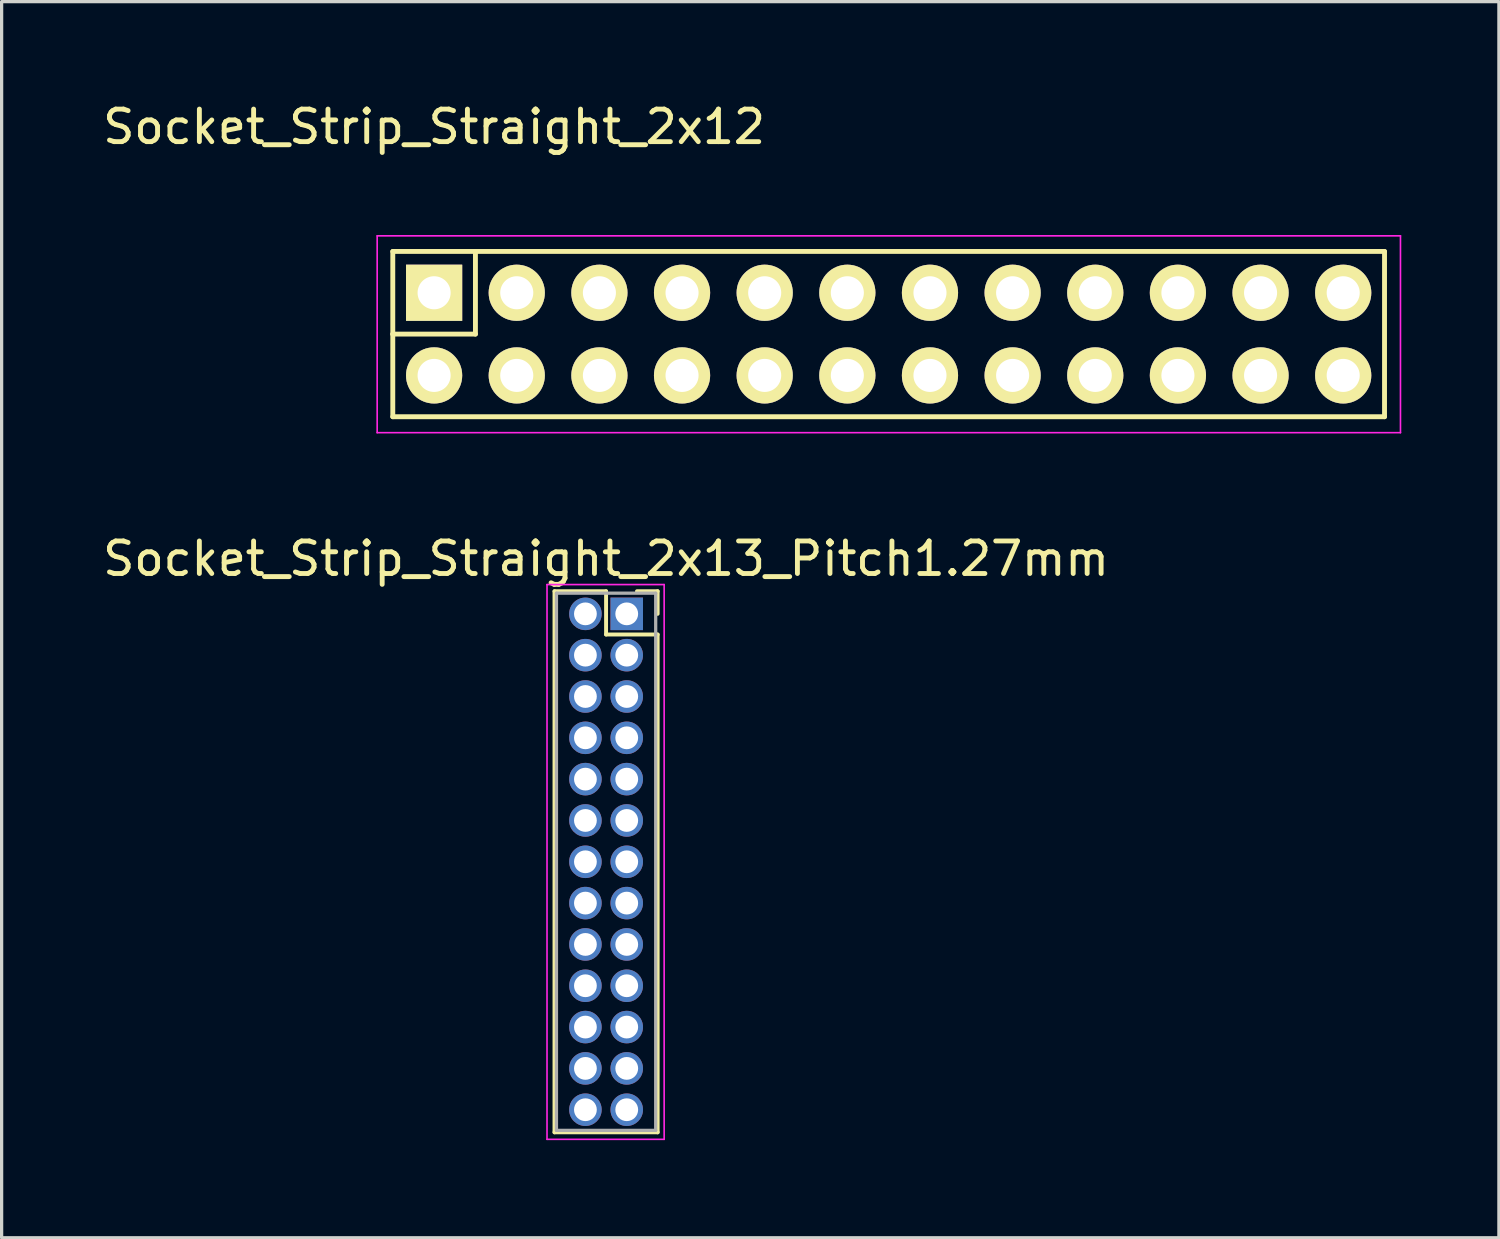
<source format=kicad_pcb>
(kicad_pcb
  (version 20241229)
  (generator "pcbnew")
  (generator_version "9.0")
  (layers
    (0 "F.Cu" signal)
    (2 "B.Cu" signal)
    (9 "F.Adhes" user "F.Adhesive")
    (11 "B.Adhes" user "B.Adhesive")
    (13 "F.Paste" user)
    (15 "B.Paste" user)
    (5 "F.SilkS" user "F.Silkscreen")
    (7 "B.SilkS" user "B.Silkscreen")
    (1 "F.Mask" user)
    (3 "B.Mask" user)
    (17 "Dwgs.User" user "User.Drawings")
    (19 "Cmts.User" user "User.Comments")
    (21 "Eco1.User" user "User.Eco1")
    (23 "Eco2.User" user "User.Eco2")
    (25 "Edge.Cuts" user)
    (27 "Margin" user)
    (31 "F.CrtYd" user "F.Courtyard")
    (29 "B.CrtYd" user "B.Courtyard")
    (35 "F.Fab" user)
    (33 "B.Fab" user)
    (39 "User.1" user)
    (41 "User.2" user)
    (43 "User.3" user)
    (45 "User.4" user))
  (footprint "Socket_Strip_Straight_2x13_Pitch1.27mm"
    (layer "F.Cu")
    (at 16.212 15.816)
    (property "Reference" "Socket_Strip_Straight_2x13_Pitch1.27mm" (at -0.635 -1.695 0) (layer "F.SilkS") (effects (font (size 1 1) (thickness 0.15))))
    (attr through_hole)
    (fp_line (start -2.22 -0.695) (end -0.635 -0.695) (stroke (width 0.12) (type solid)) (layer "F.SilkS"))
    (fp_line (start -2.22 15.935) (end -2.22 -0.695) (stroke (width 0.12) (type solid)) (layer "F.SilkS"))
    (fp_line (start -0.635 -0.695) (end -0.635 0.635) (stroke (width 0.12) (type solid)) (layer "F.SilkS"))
    (fp_line (start -0.635 0.635) (end 0.95 0.635) (stroke (width 0.12) (type solid)) (layer "F.SilkS"))
    (fp_line (start 0.95 -0.695) (end 0.315 -0.695) (stroke (width 0.12) (type solid)) (layer "F.SilkS"))
    (fp_line (start 0.95 0) (end 0.95 -0.695) (stroke (width 0.12) (type solid)) (layer "F.SilkS"))
    (fp_line (start 0.95 0.635) (end 0.95 15.935) (stroke (width 0.12) (type solid)) (layer "F.SilkS"))
    (fp_line (start 0.95 15.935) (end -2.22 15.935) (stroke (width 0.12) (type solid)) (layer "F.SilkS"))
    (fp_line (start -2.45 -0.9) (end -2.45 16.15) (stroke (width 0.05) (type solid)) (layer "F.CrtYd"))
    (fp_line (start -2.45 16.15) (end 1.15 16.15) (stroke (width 0.05) (type solid)) (layer "F.CrtYd"))
    (fp_line (start 1.15 -0.9) (end -2.45 -0.9) (stroke (width 0.05) (type solid)) (layer "F.CrtYd"))
    (fp_line (start 1.15 16.15) (end 1.15 -0.9) (stroke (width 0.05) (type solid)) (layer "F.CrtYd"))
    (fp_line (start -2.16 -0.635) (end -2.16 15.875) (stroke (width 0.1) (type solid)) (layer "F.Fab"))
    (fp_line (start -2.16 15.875) (end 0.89 15.875) (stroke (width 0.1) (type solid)) (layer "F.Fab"))
    (fp_line (start 0.89 -0.635) (end -2.16 -0.635) (stroke (width 0.1) (type solid)) (layer "F.Fab"))
    (fp_line (start 0.89 15.875) (end 0.89 -0.635) (stroke (width 0.1) (type solid)) (layer "F.Fab"))
    (pad "1" thru_hole rect (at 0 0) (size 1 1) (drill 0.7) (layers "*.Cu" "*.Mask"))
    (pad "2" thru_hole oval (at -1.27 0) (size 1 1) (drill 0.7) (layers "*.Cu" "*.Mask"))
    (pad "3" thru_hole oval (at 0 1.27) (size 1 1) (drill 0.7) (layers "*.Cu" "*.Mask"))
    (pad "4" thru_hole oval (at -1.27 1.27) (size 1 1) (drill 0.7) (layers "*.Cu" "*.Mask"))
    (pad "5" thru_hole oval (at 0 2.54) (size 1 1) (drill 0.7) (layers "*.Cu" "*.Mask"))
    (pad "6" thru_hole oval (at -1.27 2.54) (size 1 1) (drill 0.7) (layers "*.Cu" "*.Mask"))
    (pad "7" thru_hole oval (at 0 3.81) (size 1 1) (drill 0.7) (layers "*.Cu" "*.Mask"))
    (pad "8" thru_hole oval (at -1.27 3.81) (size 1 1) (drill 0.7) (layers "*.Cu" "*.Mask"))
    (pad "9" thru_hole oval (at 0 5.08) (size 1 1) (drill 0.7) (layers "*.Cu" "*.Mask"))
    (pad "10" thru_hole oval (at -1.27 5.08) (size 1 1) (drill 0.7) (layers "*.Cu" "*.Mask"))
    (pad "11" thru_hole oval (at 0 6.35) (size 1 1) (drill 0.7) (layers "*.Cu" "*.Mask"))
    (pad "12" thru_hole oval (at -1.27 6.35) (size 1 1) (drill 0.7) (layers "*.Cu" "*.Mask"))
    (pad "13" thru_hole oval (at 0 7.62) (size 1 1) (drill 0.7) (layers "*.Cu" "*.Mask"))
    (pad "14" thru_hole oval (at -1.27 7.62) (size 1 1) (drill 0.7) (layers "*.Cu" "*.Mask"))
    (pad "15" thru_hole oval (at 0 8.89) (size 1 1) (drill 0.7) (layers "*.Cu" "*.Mask"))
    (pad "16" thru_hole oval (at -1.27 8.89) (size 1 1) (drill 0.7) (layers "*.Cu" "*.Mask"))
    (pad "17" thru_hole oval (at 0 10.16) (size 1 1) (drill 0.7) (layers "*.Cu" "*.Mask"))
    (pad "18" thru_hole oval (at -1.27 10.16) (size 1 1) (drill 0.7) (layers "*.Cu" "*.Mask"))
    (pad "19" thru_hole oval (at 0 11.43) (size 1 1) (drill 0.7) (layers "*.Cu" "*.Mask"))
    (pad "20" thru_hole oval (at -1.27 11.43) (size 1 1) (drill 0.7) (layers "*.Cu" "*.Mask"))
    (pad "21" thru_hole oval (at 0 12.7) (size 1 1) (drill 0.7) (layers "*.Cu" "*.Mask"))
    (pad "22" thru_hole oval (at -1.27 12.7) (size 1 1) (drill 0.7) (layers "*.Cu" "*.Mask"))
    (pad "23" thru_hole oval (at 0 13.97) (size 1 1) (drill 0.7) (layers "*.Cu" "*.Mask"))
    (pad "24" thru_hole oval (at -1.27 13.97) (size 1 1) (drill 0.7) (layers "*.Cu" "*.Mask"))
    (pad "25" thru_hole oval (at 0 15.24) (size 1 1) (drill 0.7) (layers "*.Cu" "*.Mask"))
    (pad "26" thru_hole oval (at -1.27 15.24) (size 1 1) (drill 0.7) (layers "*.Cu" "*.Mask")))
  (footprint "Socket_Strip_Straight_2x12"
    (layer "F.Cu")
    (at 10.292 5.948)
    (property "Reference" "Socket_Strip_Straight_2x12" (at 0 -5.1 0) (layer "F.SilkS") (effects (font (size 1 1) (thickness 0.15))))
    (attr through_hole)
    (fp_line (start -1.27 -1.27) (end -1.27 1.27) (stroke (width 0.15) (type solid)) (layer "F.SilkS"))
    (fp_line (start -1.27 -1.27) (end 1.27 -1.27) (stroke (width 0.15) (type solid)) (layer "F.SilkS"))
    (fp_line (start -1.27 1.27) (end 1.27 1.27) (stroke (width 0.15) (type solid)) (layer "F.SilkS"))
    (fp_line (start -1.27 3.81) (end -1.27 1.27) (stroke (width 0.15) (type solid)) (layer "F.SilkS"))
    (fp_line (start 1.27 -1.27) (end 29.21 -1.27) (stroke (width 0.15) (type solid)) (layer "F.SilkS"))
    (fp_line (start 1.27 1.27) (end 1.27 -1.27) (stroke (width 0.15) (type solid)) (layer "F.SilkS"))
    (fp_line (start 29.21 3.81) (end -1.27 3.81) (stroke (width 0.15) (type solid)) (layer "F.SilkS"))
    (fp_line (start 29.21 3.81) (end 29.21 -1.27) (stroke (width 0.15) (type solid)) (layer "F.SilkS"))
    (fp_line (start -1.75 -1.75) (end -1.75 4.3) (stroke (width 0.05) (type solid)) (layer "F.CrtYd"))
    (fp_line (start -1.75 -1.75) (end 29.7 -1.75) (stroke (width 0.05) (type solid)) (layer "F.CrtYd"))
    (fp_line (start -1.75 4.3) (end 29.7 4.3) (stroke (width 0.05) (type solid)) (layer "F.CrtYd"))
    (fp_line (start 29.7 -1.75) (end 29.7 4.3) (stroke (width 0.05) (type solid)) (layer "F.CrtYd"))
    (pad "1" thru_hole rect (at 0 0) (size 1.727 1.727) (drill 1.016) (layers "*.Cu" "*.Mask" "F.SilkS"))
    (pad "2" thru_hole oval (at 0 2.54) (size 1.727 1.727) (drill 1.016) (layers "*.Cu" "*.Mask" "F.SilkS"))
    (pad "3" thru_hole oval (at 2.54 0) (size 1.727 1.727) (drill 1.016) (layers "*.Cu" "*.Mask" "F.SilkS"))
    (pad "4" thru_hole oval (at 2.54 2.54) (size 1.727 1.727) (drill 1.016) (layers "*.Cu" "*.Mask" "F.SilkS"))
    (pad "5" thru_hole oval (at 5.08 0) (size 1.727 1.727) (drill 1.016) (layers "*.Cu" "*.Mask" "F.SilkS"))
    (pad "6" thru_hole oval (at 5.08 2.54) (size 1.727 1.727) (drill 1.016) (layers "*.Cu" "*.Mask" "F.SilkS"))
    (pad "7" thru_hole oval (at 7.62 0) (size 1.727 1.727) (drill 1.016) (layers "*.Cu" "*.Mask" "F.SilkS"))
    (pad "8" thru_hole oval (at 7.62 2.54) (size 1.727 1.727) (drill 1.016) (layers "*.Cu" "*.Mask" "F.SilkS"))
    (pad "9" thru_hole oval (at 10.16 0) (size 1.727 1.727) (drill 1.016) (layers "*.Cu" "*.Mask" "F.SilkS"))
    (pad "10" thru_hole oval (at 10.16 2.54) (size 1.727 1.727) (drill 1.016) (layers "*.Cu" "*.Mask" "F.SilkS"))
    (pad "11" thru_hole oval (at 12.7 0) (size 1.727 1.727) (drill 1.016) (layers "*.Cu" "*.Mask" "F.SilkS"))
    (pad "12" thru_hole oval (at 12.7 2.54) (size 1.727 1.727) (drill 1.016) (layers "*.Cu" "*.Mask" "F.SilkS"))
    (pad "13" thru_hole oval (at 15.24 0) (size 1.727 1.727) (drill 1.016) (layers "*.Cu" "*.Mask" "F.SilkS"))
    (pad "14" thru_hole oval (at 15.24 2.54) (size 1.727 1.727) (drill 1.016) (layers "*.Cu" "*.Mask" "F.SilkS"))
    (pad "15" thru_hole oval (at 17.78 0) (size 1.727 1.727) (drill 1.016) (layers "*.Cu" "*.Mask" "F.SilkS"))
    (pad "16" thru_hole oval (at 17.78 2.54) (size 1.727 1.727) (drill 1.016) (layers "*.Cu" "*.Mask" "F.SilkS"))
    (pad "17" thru_hole oval (at 20.32 0) (size 1.727 1.727) (drill 1.016) (layers "*.Cu" "*.Mask" "F.SilkS"))
    (pad "18" thru_hole oval (at 20.32 2.54) (size 1.727 1.727) (drill 1.016) (layers "*.Cu" "*.Mask" "F.SilkS"))
    (pad "19" thru_hole oval (at 22.86 0) (size 1.727 1.727) (drill 1.016) (layers "*.Cu" "*.Mask" "F.SilkS"))
    (pad "20" thru_hole oval (at 22.86 2.54) (size 1.727 1.727) (drill 1.016) (layers "*.Cu" "*.Mask" "F.SilkS"))
    (pad "21" thru_hole oval (at 25.4 0) (size 1.727 1.727) (drill 1.016) (layers "*.Cu" "*.Mask" "F.SilkS"))
    (pad "22" thru_hole oval (at 25.4 2.54) (size 1.727 1.727) (drill 1.016) (layers "*.Cu" "*.Mask" "F.SilkS"))
    (pad "23" thru_hole oval (at 27.94 0) (size 1.727 1.727) (drill 1.016) (layers "*.Cu" "*.Mask" "F.SilkS"))
    (pad "24" thru_hole oval (at 27.94 2.54) (size 1.727 1.727) (drill 1.016) (layers "*.Cu" "*.Mask" "F.SilkS")))
  (gr_rect
    (start -3 -3)
    (end 43.017 34.992)
    (stroke (width 0.1) (type default))
    (fill no)
    (layer "Edge.Cuts")))
</source>
